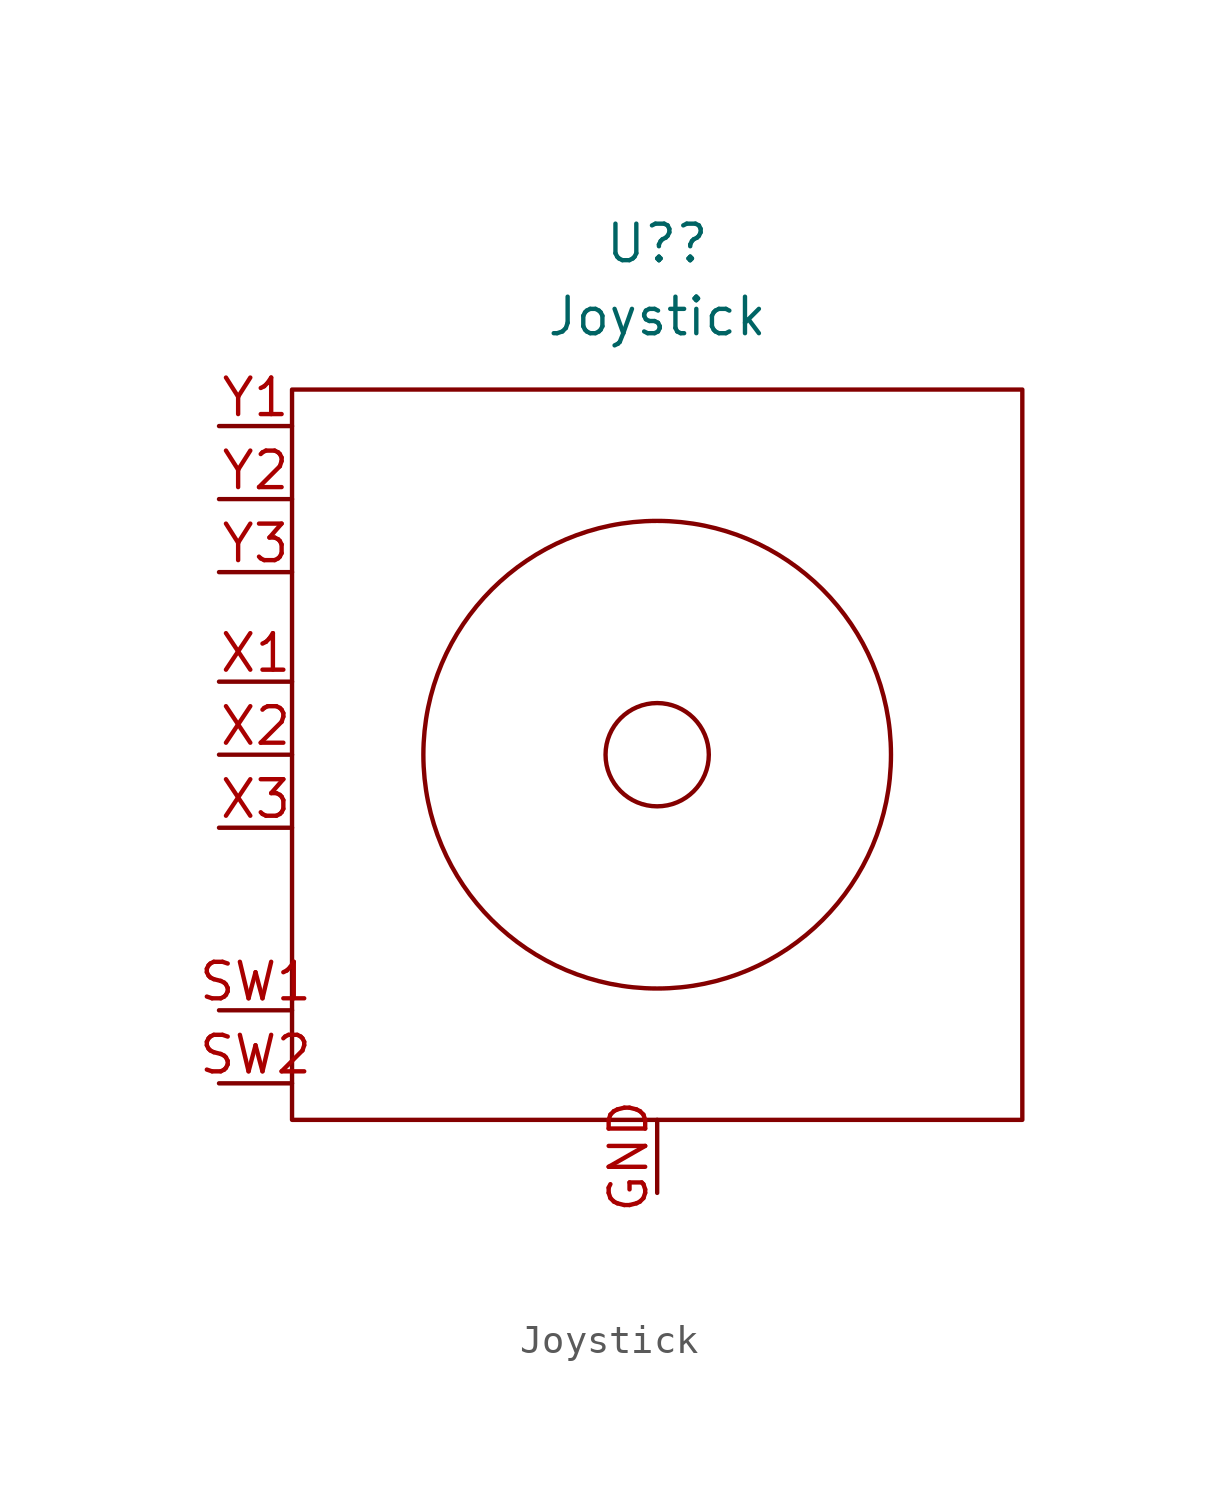
<source format=kicad_sym>
(kicad_symbol_lib
  (version 20211014)
  (generator kicad_symbol_editor)
  (symbol "Joystick"
    (property "Reference" "U?"
      (at 0 1.27 0)
      (effects (font (size 1.27 1.27))))
    (property "Value" "Joystick"
      (at 0 -1.27 0)
      (effects (font (size 1.27 1.27))))
    (symbol "Joystick_0_1"
      (rectangle (start -12.7 -3.81) (end 12.7 -29.21) (stroke (width 0) (type default) (color 0 0 0 0)) (fill (type none)))
      (circle (center 0 -16.51) (radius 1.796) (stroke (width 0) (type default) (color 0 0 0 0)) (fill (type none)))
      (circle (center 0 -16.51) (radius 8.132) (stroke (width 0) (type default) (color 0 0 0 0)) (fill (type none))))
    (symbol "Joystick_1_1"
      (pin passive line (at 0 -29.21 270) (length 2.54) (name "" (effects (font (size 1.27 1.27)))) (number "GND" (effects (font (size 1.27 1.27)))))
      (pin bidirectional line (at -15.24 -25.4 0) (length 2.54) (name "" (effects (font (size 1.27 1.27)))) (number "SW1" (effects (font (size 1.27 1.27)))))
      (pin bidirectional line (at -15.24 -27.94 0) (length 2.54) (name "" (effects (font (size 1.27 1.27)))) (number "SW2" (effects (font (size 1.27 1.27)))))
      (pin bidirectional line (at -15.24 -13.97 0) (length 2.54) (name "" (effects (font (size 1.27 1.27)))) (number "X1" (effects (font (size 1.27 1.27)))))
      (pin bidirectional line (at -15.24 -16.51 0) (length 2.54) (name "" (effects (font (size 1.27 1.27)))) (number "X2" (effects (font (size 1.27 1.27)))))
      (pin bidirectional line (at -15.24 -19.05 0) (length 2.54) (name "" (effects (font (size 1.27 1.27)))) (number "X3" (effects (font (size 1.27 1.27)))))
      (pin bidirectional line (at -15.24 -5.08 0) (length 2.54) (name "" (effects (font (size 1.27 1.27)))) (number "Y1" (effects (font (size 1.27 1.27)))))
      (pin bidirectional line (at -15.24 -7.62 0) (length 2.54) (name "" (effects (font (size 1.27 1.27)))) (number "Y2" (effects (font (size 1.27 1.27)))))
      (pin bidirectional line (at -15.24 -10.16 0) (length 2.54) (name "" (effects (font (size 1.27 1.27)))) (number "Y3" (effects (font (size 1.27 1.27))))))))
</source>
